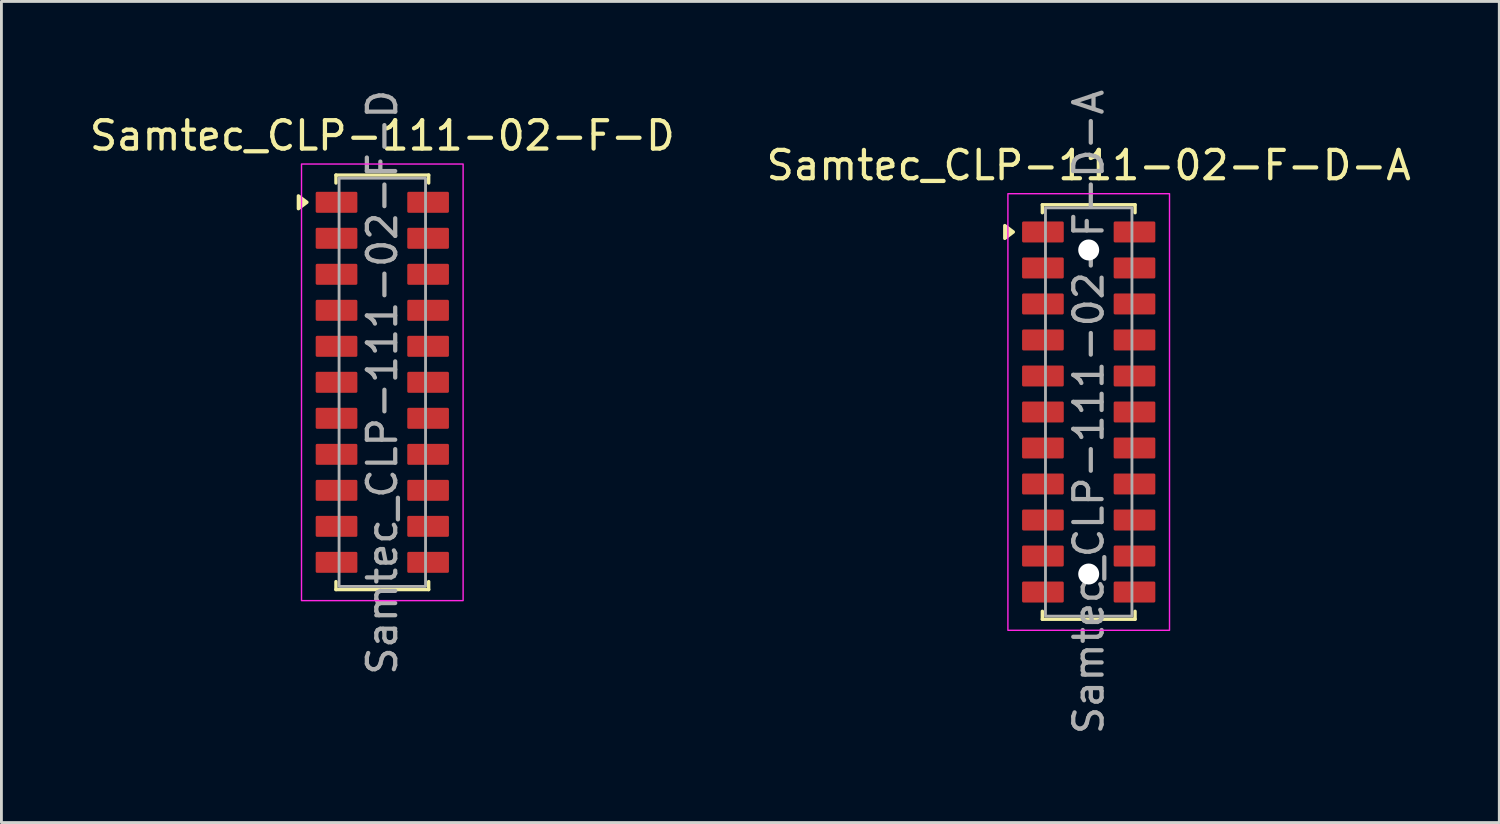
<source format=kicad_pcb>
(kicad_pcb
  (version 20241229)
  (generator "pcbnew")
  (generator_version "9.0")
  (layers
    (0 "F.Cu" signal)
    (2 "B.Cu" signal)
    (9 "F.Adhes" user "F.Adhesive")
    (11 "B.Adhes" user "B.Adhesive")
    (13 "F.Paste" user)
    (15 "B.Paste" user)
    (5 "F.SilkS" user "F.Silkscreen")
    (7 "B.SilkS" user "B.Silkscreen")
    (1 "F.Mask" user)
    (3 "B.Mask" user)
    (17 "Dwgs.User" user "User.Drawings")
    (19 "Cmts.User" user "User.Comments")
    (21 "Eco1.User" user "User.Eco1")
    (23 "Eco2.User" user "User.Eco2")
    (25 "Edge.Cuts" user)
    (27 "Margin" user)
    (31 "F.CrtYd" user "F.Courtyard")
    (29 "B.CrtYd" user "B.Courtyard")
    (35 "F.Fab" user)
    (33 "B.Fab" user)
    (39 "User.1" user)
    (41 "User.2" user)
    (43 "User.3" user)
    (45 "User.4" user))
  (footprint "Samtec_CLP-111-02-F-D"
    (layer "F.Cu")
    (at 10.435 10.435)
    (property "Reference" "Samtec_CLP-111-02-F-D" (at 0 -8.7 0) (unlocked yes) (layer "F.SilkS") (effects (font (size 1 1) (thickness 0.15))))
    (attr smd)
    (fp_line (start -1.635 -7.31) (end -1.635 -7.03) (stroke (width 0.12) (type solid)) (layer "F.SilkS"))
    (fp_line (start -1.635 -7.31) (end 1.635 -7.31) (stroke (width 0.12) (type default)) (layer "F.SilkS"))
    (fp_line (start -1.635 7.31) (end -1.635 7.03) (stroke (width 0.12) (type default)) (layer "F.SilkS"))
    (fp_line (start -1.635 7.31) (end 1.635 7.31) (stroke (width 0.12) (type default)) (layer "F.SilkS"))
    (fp_line (start 1.635 -7.31) (end 1.635 -7.03) (stroke (width 0.12) (type solid)) (layer "F.SilkS"))
    (fp_line (start 1.635 7.31) (end 1.635 7.03) (stroke (width 0.12) (type solid)) (layer "F.SilkS"))
    (fp_poly (pts (xy -2.66 -6.35) (xy -2.96 -6.575) (xy -2.96 -6.125)) (stroke (width 0.12) (type solid)) (fill yes) (layer "F.SilkS"))
    (fp_rect (start -2.85 -7.7) (end 2.85 7.7) (stroke (width 0.05) (type default)) (fill no) (layer "F.CrtYd"))
    (fp_rect (start -1.525 -7.2) (end 1.525 7.2) (stroke (width 0.1) (type solid)) (fill no) (layer "F.Fab"))
    (fp_text user "${REFERENCE}" (at 0 0 90) (unlocked yes) (layer "F.Fab") (effects (font (size 1 1) (thickness 0.15))))
    (pad "1" smd roundrect (at -1.615 -6.35) (size 1.47 0.74) (layers "F.Cu" "F.Mask" "F.Paste") (roundrect_rratio 0.068))
    (pad "2" smd roundrect (at 1.615 -6.35) (size 1.47 0.74) (layers "F.Cu" "F.Mask" "F.Paste") (roundrect_rratio 0.068))
    (pad "3" smd roundrect (at -1.615 -5.08) (size 1.47 0.74) (layers "F.Cu" "F.Mask" "F.Paste") (roundrect_rratio 0.068))
    (pad "4" smd roundrect (at 1.615 -5.08) (size 1.47 0.74) (layers "F.Cu" "F.Mask" "F.Paste") (roundrect_rratio 0.068))
    (pad "5" smd roundrect (at -1.615 -3.81) (size 1.47 0.74) (layers "F.Cu" "F.Mask" "F.Paste") (roundrect_rratio 0.068))
    (pad "6" smd roundrect (at 1.615 -3.81) (size 1.47 0.74) (layers "F.Cu" "F.Mask" "F.Paste") (roundrect_rratio 0.068))
    (pad "7" smd roundrect (at -1.615 -2.54) (size 1.47 0.74) (layers "F.Cu" "F.Mask" "F.Paste") (roundrect_rratio 0.068))
    (pad "8" smd roundrect (at 1.615 -2.54) (size 1.47 0.74) (layers "F.Cu" "F.Mask" "F.Paste") (roundrect_rratio 0.068))
    (pad "9" smd roundrect (at -1.615 -1.27) (size 1.47 0.74) (layers "F.Cu" "F.Mask" "F.Paste") (roundrect_rratio 0.068))
    (pad "10" smd roundrect (at 1.615 -1.27) (size 1.47 0.74) (layers "F.Cu" "F.Mask" "F.Paste") (roundrect_rratio 0.068))
    (pad "11" smd roundrect (at -1.615 0) (size 1.47 0.74) (layers "F.Cu" "F.Mask" "F.Paste") (roundrect_rratio 0.068))
    (pad "12" smd roundrect (at 1.615 0) (size 1.47 0.74) (layers "F.Cu" "F.Mask" "F.Paste") (roundrect_rratio 0.068))
    (pad "13" smd roundrect (at -1.615 1.27) (size 1.47 0.74) (layers "F.Cu" "F.Mask" "F.Paste") (roundrect_rratio 0.068))
    (pad "14" smd roundrect (at 1.615 1.27) (size 1.47 0.74) (layers "F.Cu" "F.Mask" "F.Paste") (roundrect_rratio 0.068))
    (pad "15" smd roundrect (at -1.615 2.54) (size 1.47 0.74) (layers "F.Cu" "F.Mask" "F.Paste") (roundrect_rratio 0.068))
    (pad "16" smd roundrect (at 1.615 2.54) (size 1.47 0.74) (layers "F.Cu" "F.Mask" "F.Paste") (roundrect_rratio 0.068))
    (pad "17" smd roundrect (at -1.615 3.81) (size 1.47 0.74) (layers "F.Cu" "F.Mask" "F.Paste") (roundrect_rratio 0.068))
    (pad "18" smd roundrect (at 1.615 3.81) (size 1.47 0.74) (layers "F.Cu" "F.Mask" "F.Paste") (roundrect_rratio 0.068))
    (pad "19" smd roundrect (at -1.615 5.08) (size 1.47 0.74) (layers "F.Cu" "F.Mask" "F.Paste") (roundrect_rratio 0.068))
    (pad "20" smd roundrect (at 1.615 5.08) (size 1.47 0.74) (layers "F.Cu" "F.Mask" "F.Paste") (roundrect_rratio 0.068))
    (pad "21" smd roundrect (at -1.615 6.35) (size 1.47 0.74) (layers "F.Cu" "F.Mask" "F.Paste") (roundrect_rratio 0.068))
    (pad "22" smd roundrect (at 1.615 6.35) (size 1.47 0.74) (layers "F.Cu" "F.Mask" "F.Paste") (roundrect_rratio 0.068)))
  (footprint "Samtec_CLP-111-02-F-D-A"
    (layer "F.Cu")
    (at 35.351 11.482)
    (property "Reference" "Samtec_CLP-111-02-F-D-A" (at 0 -8.7 0) (unlocked yes) (layer "F.SilkS") (effects (font (size 1 1) (thickness 0.15))))
    (attr smd)
    (fp_line (start -1.635 -7.31) (end -1.635 -7.03) (stroke (width 0.12) (type solid)) (layer "F.SilkS"))
    (fp_line (start -1.635 -7.31) (end 1.635 -7.31) (stroke (width 0.12) (type default)) (layer "F.SilkS"))
    (fp_line (start -1.635 7.31) (end -1.635 7.03) (stroke (width 0.12) (type default)) (layer "F.SilkS"))
    (fp_line (start -1.635 7.31) (end 1.635 7.31) (stroke (width 0.12) (type default)) (layer "F.SilkS"))
    (fp_line (start 1.635 -7.31) (end 1.635 -7.03) (stroke (width 0.12) (type solid)) (layer "F.SilkS"))
    (fp_line (start 1.635 7.31) (end 1.635 7.03) (stroke (width 0.12) (type solid)) (layer "F.SilkS"))
    (fp_poly (pts (xy -2.66 -6.35) (xy -2.96 -6.575) (xy -2.96 -6.125)) (stroke (width 0.12) (type solid)) (fill yes) (layer "F.SilkS"))
    (fp_rect (start -2.85 -7.7) (end 2.85 7.7) (stroke (width 0.05) (type default)) (fill no) (layer "F.CrtYd"))
    (fp_rect (start -1.525 -7.2) (end 1.525 7.2) (stroke (width 0.1) (type solid)) (fill no) (layer "F.Fab"))
    (fp_text user "${REFERENCE}" (at 0 0 90) (unlocked yes) (layer "F.Fab") (effects (font (size 1 1) (thickness 0.15))))
    (pad "" np_thru_hole circle (at 0 -5.715) (size 0.74 0.74) (drill 0.74) (layers "*.Cu" "*.Mask"))
    (pad "" np_thru_hole circle (at 0 5.715) (size 0.74 0.74) (drill 0.74) (layers "*.Cu" "*.Mask"))
    (pad "1" smd roundrect (at -1.615 -6.35) (size 1.47 0.74) (layers "F.Cu" "F.Mask" "F.Paste") (roundrect_rratio 0.068))
    (pad "2" smd roundrect (at 1.615 -6.35) (size 1.47 0.74) (layers "F.Cu" "F.Mask" "F.Paste") (roundrect_rratio 0.068))
    (pad "3" smd roundrect (at -1.615 -5.08) (size 1.47 0.74) (layers "F.Cu" "F.Mask" "F.Paste") (roundrect_rratio 0.068))
    (pad "4" smd roundrect (at 1.615 -5.08) (size 1.47 0.74) (layers "F.Cu" "F.Mask" "F.Paste") (roundrect_rratio 0.068))
    (pad "5" smd roundrect (at -1.615 -3.81) (size 1.47 0.74) (layers "F.Cu" "F.Mask" "F.Paste") (roundrect_rratio 0.068))
    (pad "6" smd roundrect (at 1.615 -3.81) (size 1.47 0.74) (layers "F.Cu" "F.Mask" "F.Paste") (roundrect_rratio 0.068))
    (pad "7" smd roundrect (at -1.615 -2.54) (size 1.47 0.74) (layers "F.Cu" "F.Mask" "F.Paste") (roundrect_rratio 0.068))
    (pad "8" smd roundrect (at 1.615 -2.54) (size 1.47 0.74) (layers "F.Cu" "F.Mask" "F.Paste") (roundrect_rratio 0.068))
    (pad "9" smd roundrect (at -1.615 -1.27) (size 1.47 0.74) (layers "F.Cu" "F.Mask" "F.Paste") (roundrect_rratio 0.068))
    (pad "10" smd roundrect (at 1.615 -1.27) (size 1.47 0.74) (layers "F.Cu" "F.Mask" "F.Paste") (roundrect_rratio 0.068))
    (pad "11" smd roundrect (at -1.615 0) (size 1.47 0.74) (layers "F.Cu" "F.Mask" "F.Paste") (roundrect_rratio 0.068))
    (pad "12" smd roundrect (at 1.615 0) (size 1.47 0.74) (layers "F.Cu" "F.Mask" "F.Paste") (roundrect_rratio 0.068))
    (pad "13" smd roundrect (at -1.615 1.27) (size 1.47 0.74) (layers "F.Cu" "F.Mask" "F.Paste") (roundrect_rratio 0.068))
    (pad "14" smd roundrect (at 1.615 1.27) (size 1.47 0.74) (layers "F.Cu" "F.Mask" "F.Paste") (roundrect_rratio 0.068))
    (pad "15" smd roundrect (at -1.615 2.54) (size 1.47 0.74) (layers "F.Cu" "F.Mask" "F.Paste") (roundrect_rratio 0.068))
    (pad "16" smd roundrect (at 1.615 2.54) (size 1.47 0.74) (layers "F.Cu" "F.Mask" "F.Paste") (roundrect_rratio 0.068))
    (pad "17" smd roundrect (at -1.615 3.81) (size 1.47 0.74) (layers "F.Cu" "F.Mask" "F.Paste") (roundrect_rratio 0.068))
    (pad "18" smd roundrect (at 1.615 3.81) (size 1.47 0.74) (layers "F.Cu" "F.Mask" "F.Paste") (roundrect_rratio 0.068))
    (pad "19" smd roundrect (at -1.615 5.08) (size 1.47 0.74) (layers "F.Cu" "F.Mask" "F.Paste") (roundrect_rratio 0.068))
    (pad "20" smd roundrect (at 1.615 5.08) (size 1.47 0.74) (layers "F.Cu" "F.Mask" "F.Paste") (roundrect_rratio 0.068))
    (pad "21" smd roundrect (at -1.615 6.35) (size 1.47 0.74) (layers "F.Cu" "F.Mask" "F.Paste") (roundrect_rratio 0.068))
    (pad "22" smd roundrect (at 1.615 6.35) (size 1.47 0.74) (layers "F.Cu" "F.Mask" "F.Paste") (roundrect_rratio 0.068)))
  (gr_rect
    (start -3 -3)
    (end 49.833 25.964)
    (stroke (width 0.1) (type default))
    (fill no)
    (layer "Edge.Cuts")))
</source>
